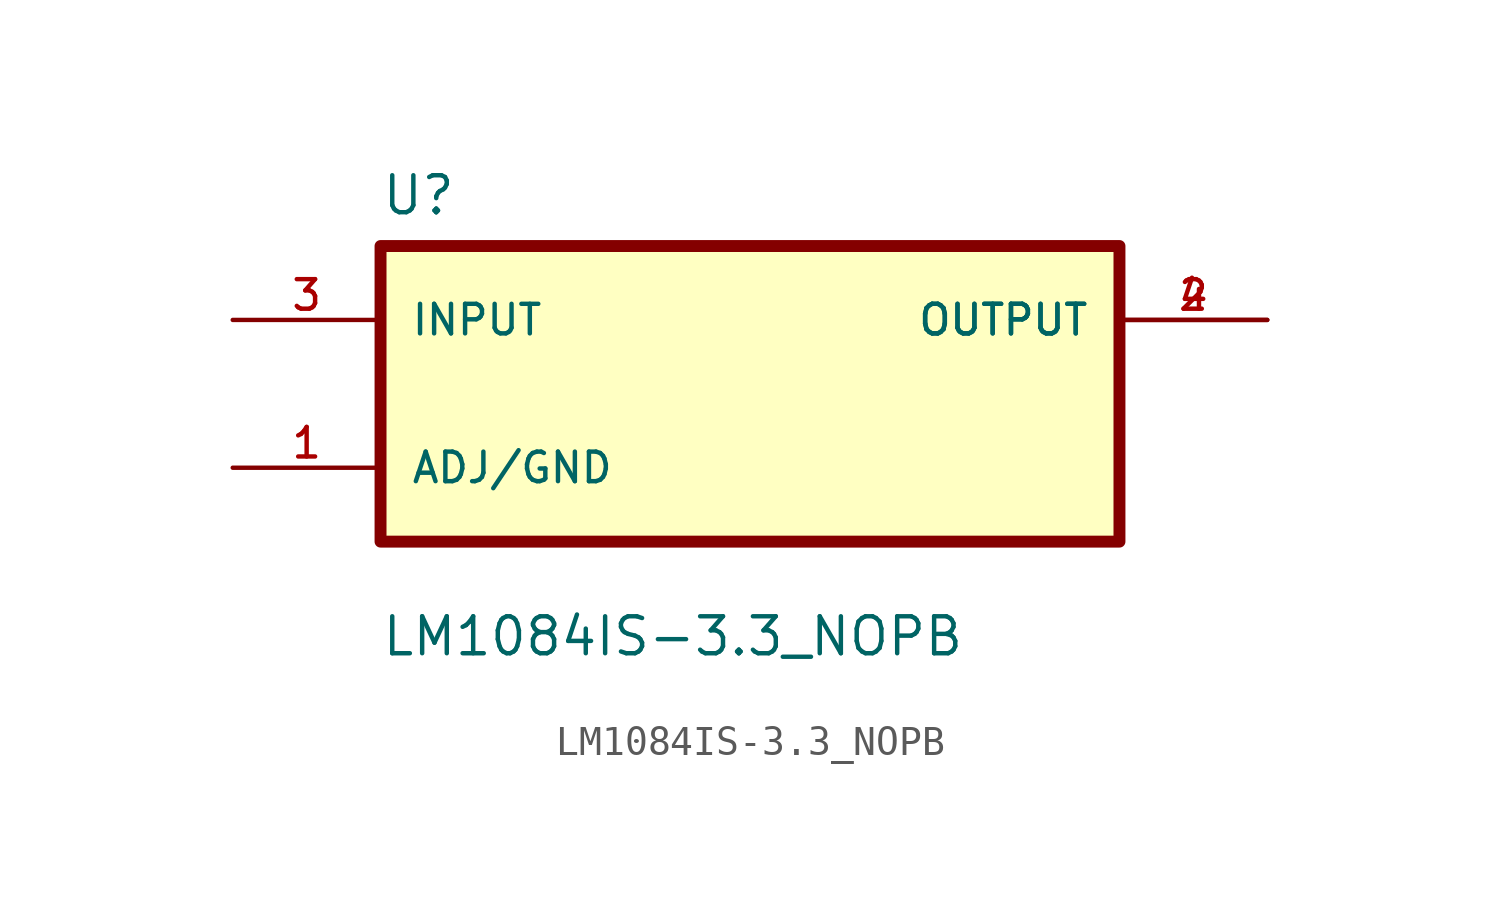
<source format=kicad_sym>
(kicad_symbol_lib
  (version 20211014)
  (generator kicad_symbol_editor)
  (symbol "LM1084IS-3.3_NOPB"
    (pin_names
      (offset 1.016))
    (property "Reference" "U"
      (at -12.7 6.08 0.0)
      (effects (font (size 1.27 1.27)) (justify bottom left)))
    (property "Value" "LM1084IS-3.3_NOPB"
      (at -12.7 -9.08 0.0)
      (effects (font (size 1.27 1.27)) (justify bottom left)))
    (symbol "LM1084IS-3.3_NOPB_0_0"
      (rectangle (start -12.7 -5.08) (end 12.7 5.08) (stroke (width 0.41)) (fill (type background)))
      (pin input line (at -17.78 2.54 0) (length 5.08) (name "INPUT" (effects (font (size 1.016 1.016)))) (number "3" (effects (font (size 1.016 1.016)))))
      (pin bidirectional line (at -17.78 -2.54 0) (length 5.08) (name "ADJ/GND" (effects (font (size 1.016 1.016)))) (number "1" (effects (font (size 1.016 1.016)))))
      (pin output line (at 17.78 2.54 180.0) (length 5.08) (name "OUTPUT" (effects (font (size 1.016 1.016)))) (number "2" (effects (font (size 1.016 1.016)))))
      (pin output line (at 17.78 2.54 180.0) (length 5.08) (name "OUTPUT" (effects (font (size 1.016 1.016)))) (number "4" (effects (font (size 1.016 1.016))))))))
</source>
